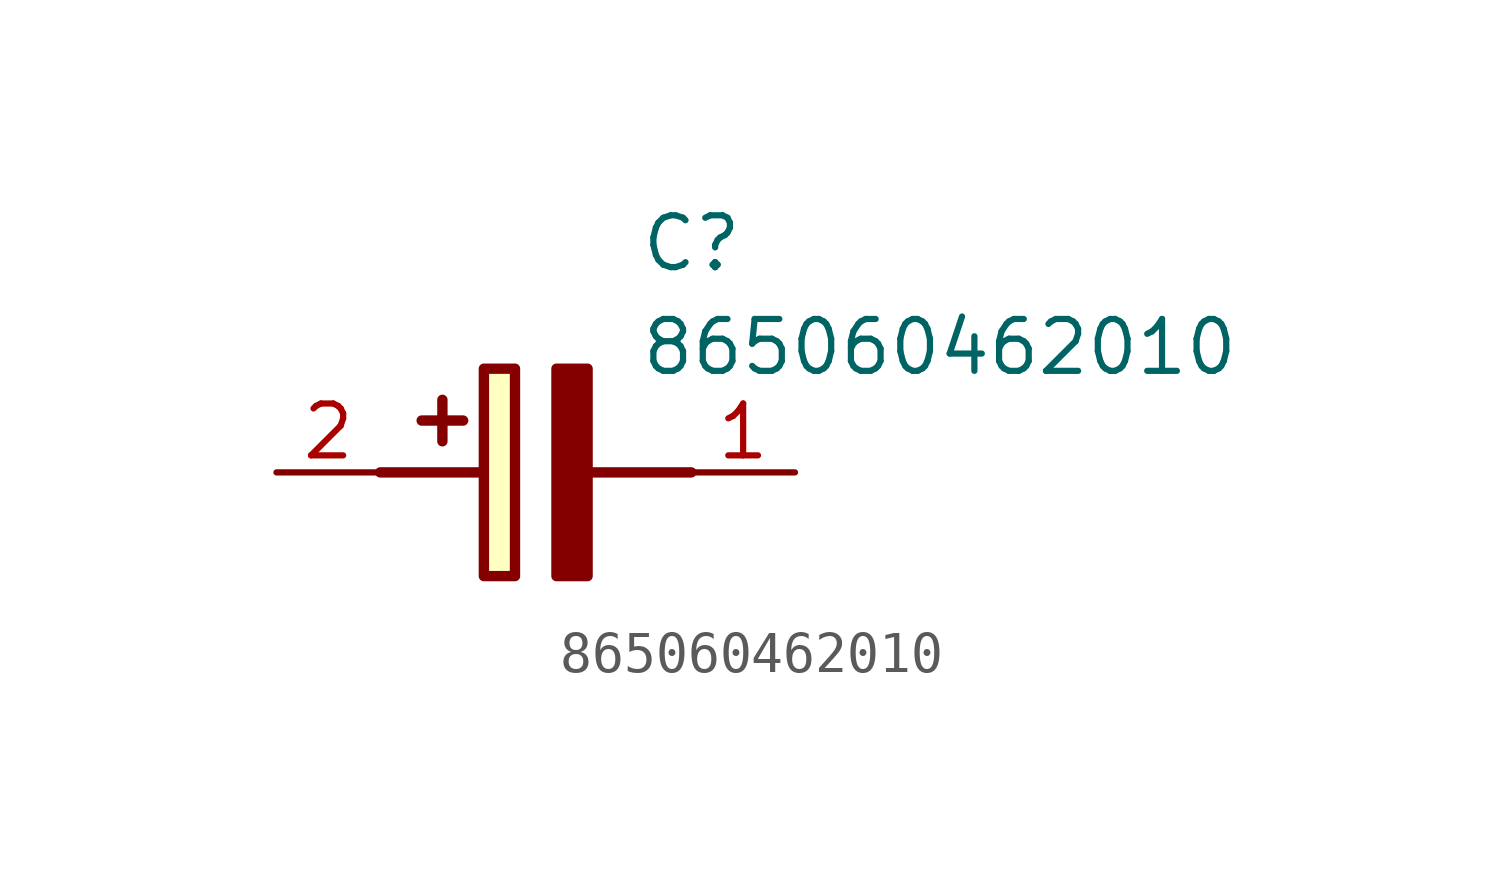
<source format=kicad_sym>
(kicad_symbol_lib
  (version 20211014)
  (generator SamacSys_ECAD_Model)
  (symbol "865060462010"
    (pin_names hide)
    (property "Reference" "C"
      (at 8.89 6.35 0)
      (effects (font (size 1.27 1.27)) (justify left top)))
    (property "Value" "865060462010"
      (at 8.89 3.81 0)
      (effects (font (size 1.27 1.27)) (justify left top)))
    (rectangle
      (start 5.08 2.54)
      (end 5.842 -2.54)
      (stroke (width 0.254) (type default))
      (fill (type background)))
    (polyline
      (pts (xy 4.572 1.27) (xy 3.556 1.27))
      (stroke (width 0.254) (type default))
      (fill (type none)))
    (polyline
      (pts (xy 4.064 1.778) (xy 4.064 0.762))
      (stroke (width 0.254) (type default))
      (fill (type none)))
    (polyline
      (pts (xy 2.54 0) (xy 5.08 0))
      (stroke (width 0.254) (type default))
      (fill (type none)))
    (polyline
      (pts (xy 7.62 0) (xy 10.16 0))
      (stroke (width 0.254) (type default))
      (fill (type none)))
    (polyline
      (pts (xy 7.62 2.54) (xy 7.62 -2.54) (xy 6.858 -2.54) (xy 6.858 2.54) (xy 7.62 2.54))
      (stroke (width 0.254) (type default))
      (fill (type outline)))
    (pin passive line
      (at 0 0 0)
      (length 2.54)
      (name "+" (effects (font (size 1.27 1.27))))
      (number "2" (effects (font (size 1.27 1.27)))))
    (pin passive line
      (at 12.7 0 180)
      (length 2.54)
      (name "-" (effects (font (size 1.27 1.27))))
      (number "1" (effects (font (size 1.27 1.27)))))))
</source>
